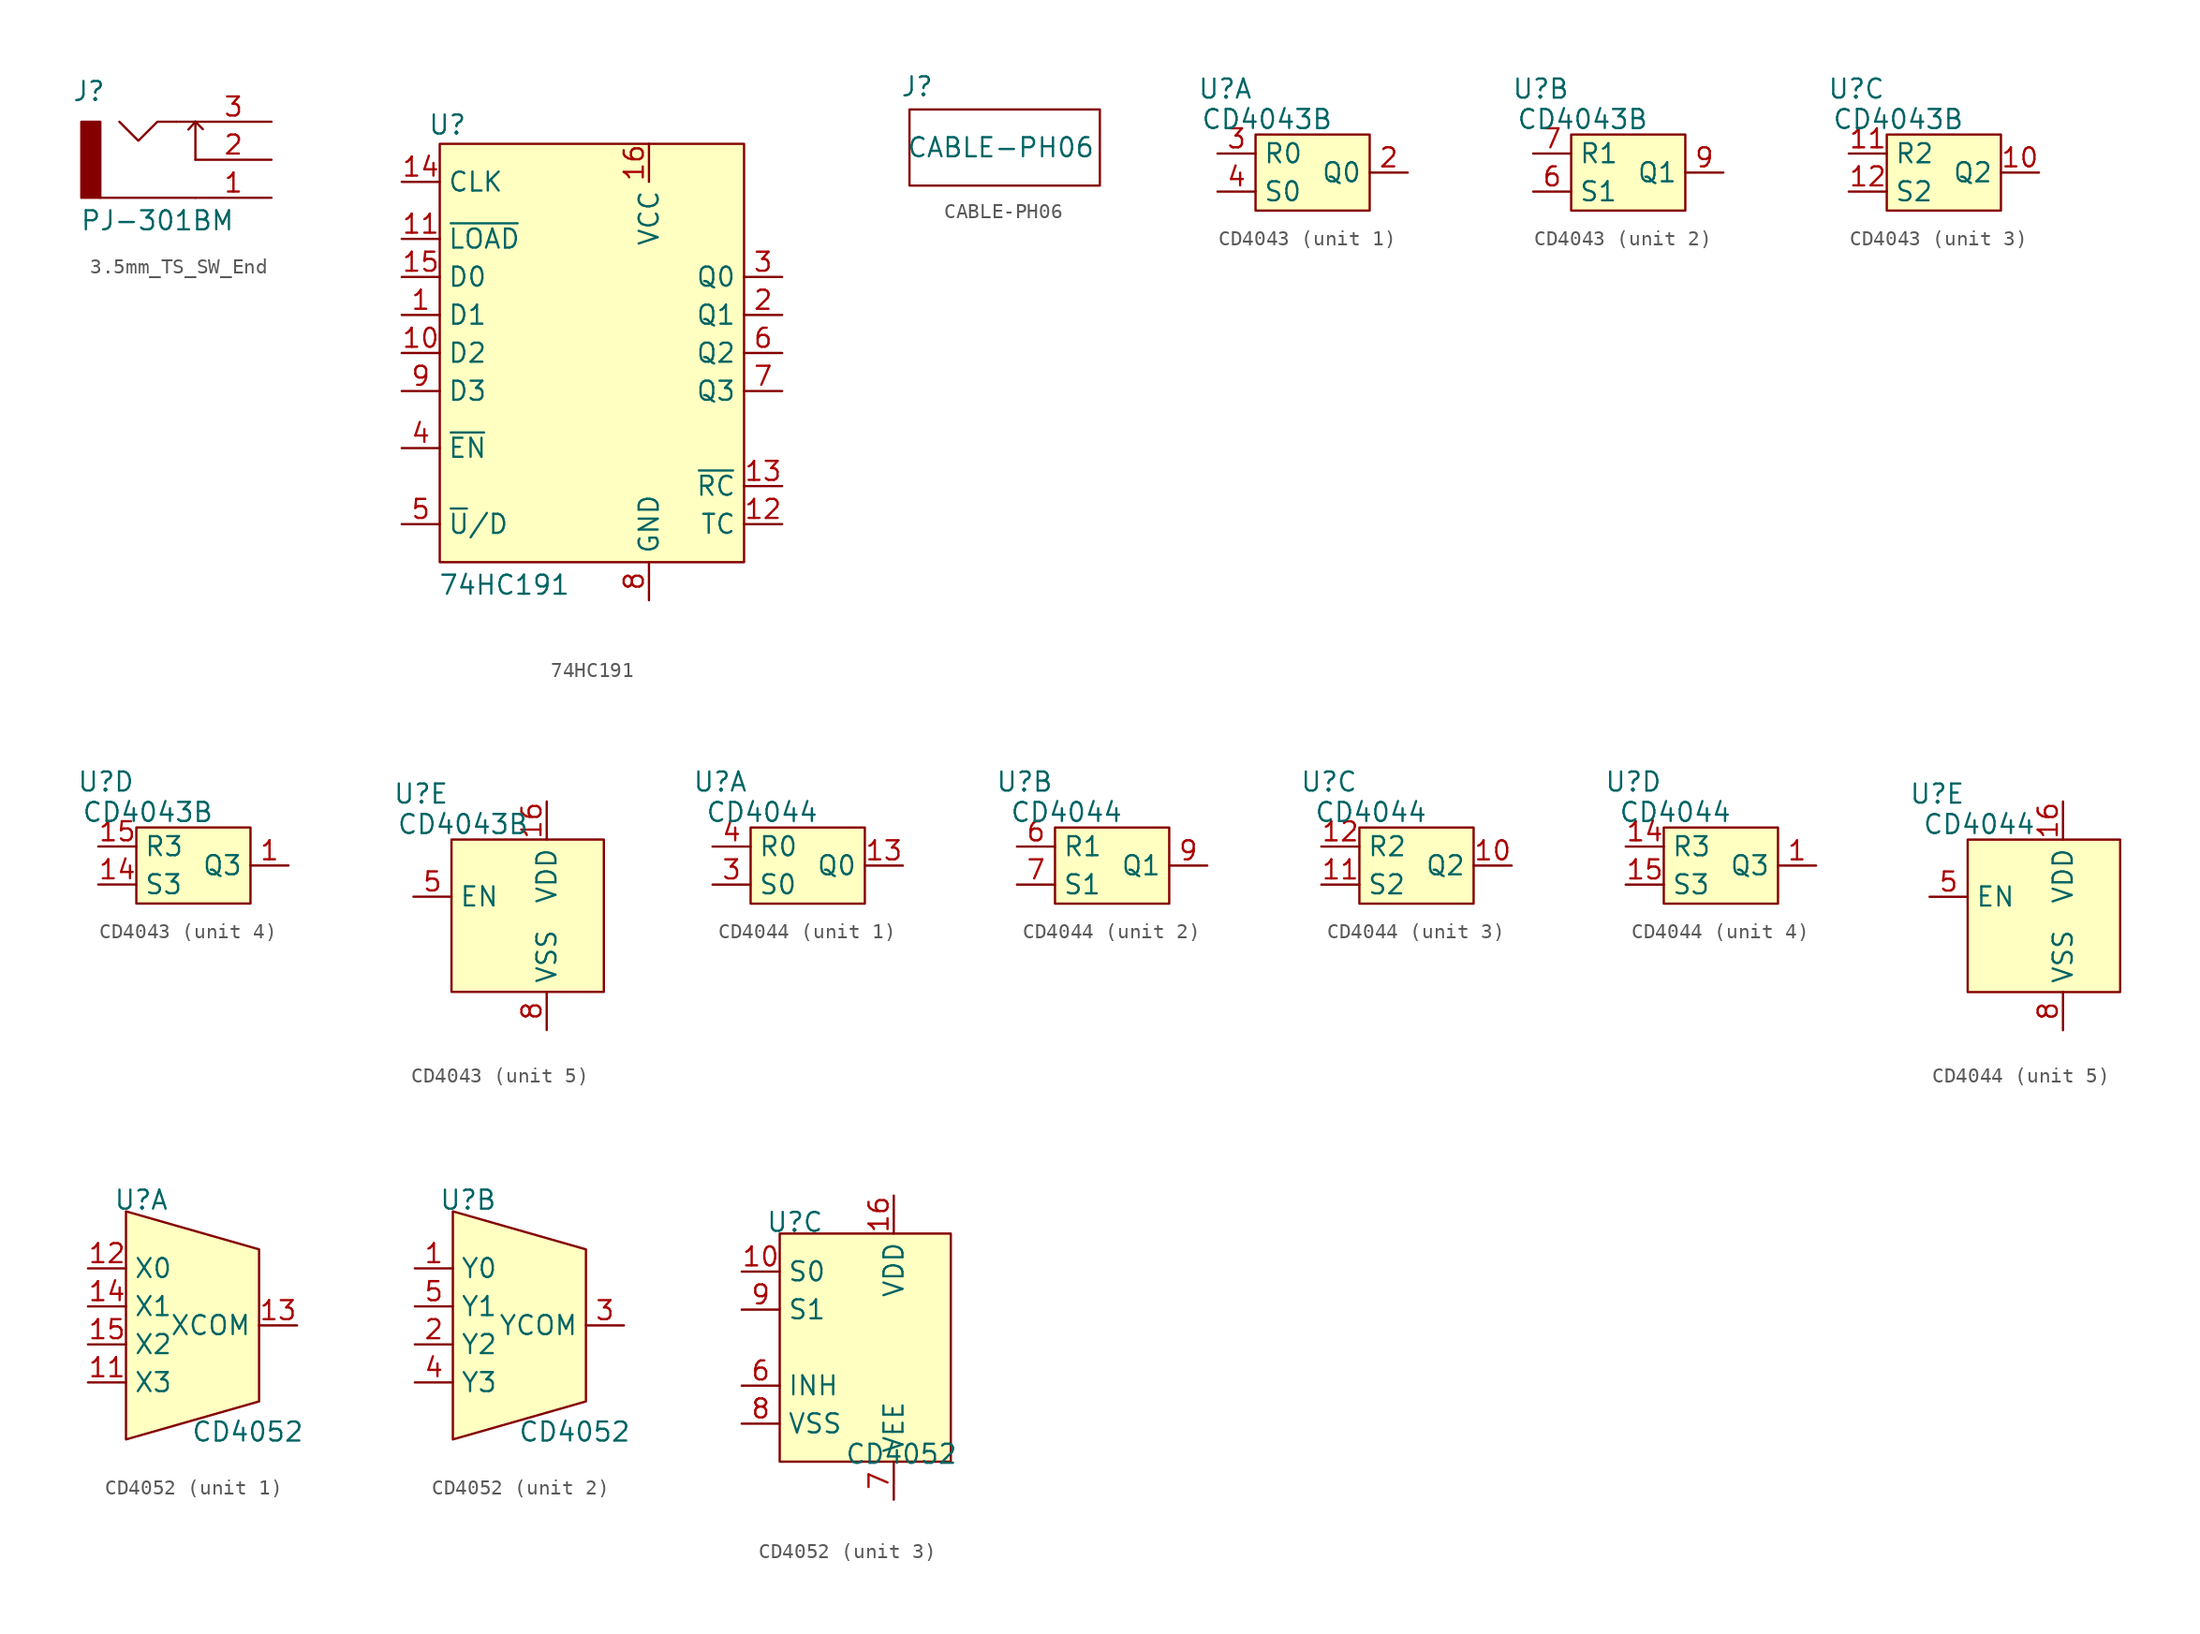
<source format=kicad_sym>
(kicad_symbol_lib
  (version 20231120)
  (generator "kicad_symbol_editor")
  (generator_version "8.0")
  (symbol "3.5mm_TS_SW_End"
    (property "Reference" "J"
      (at -4.572 4.572 0)
      (effects (font (size 1.27 1.27))))
    (property "Value" "PJ-301BM"
      (at 0 -4.064 0)
      (effects (font (size 1.27 1.27))))
    (symbol "3.5mm_TS_SW_End_0_1"
      (polyline (pts (xy 1.27 2.54) (xy 2.54 2.54)) (stroke (width 0) (type default)) (fill (type none)))
      (polyline (pts (xy 2.54 -2.54) (xy -3.81 -2.54)) (stroke (width 0) (type default)) (fill (type none)))
      (polyline (pts (xy 2.54 2.54) (xy 2.074 2.018)) (stroke (width 0) (type default)) (fill (type none)))
      (polyline (pts (xy 2.54 2.54) (xy 2.54 0)) (stroke (width 0) (type default)) (fill (type none)))
      (polyline (pts (xy 2.54 2.54) (xy 3.035 2.043)) (stroke (width 0) (type default)) (fill (type none)))
      (polyline (pts (xy -2.54 2.54) (xy -1.27 1.27) (xy 0 2.54) (xy 1.27 2.54)) (stroke (width 0) (type default)) (fill (type none))))
    (symbol "3.5mm_TS_SW_End_1_1"
      (rectangle (start -5.08 2.54) (end -3.81 -2.54) (stroke (width 0) (type default)) (fill (type outline)))
      (pin passive line (at 7.62 -2.54 180) (length 5.08) (name "S" (effects (font (size 0 0)))) (number "1" (effects (font (size 1.27 1.27)))))
      (pin passive line (at 7.62 0 180) (length 5.08) (name "SW" (effects (font (size 0 0)))) (number "2" (effects (font (size 1.27 1.27)))))
      (pin passive line (at 7.62 2.54 180) (length 5.08) (name "T" (effects (font (size 0 0)))) (number "3" (effects (font (size 1.27 1.27)))))))
  (symbol "74HC191"
    (property "Reference" "U"
      (at 0.508 10.16 0)
      (effects (font (size 1.27 1.27))))
    (property "Value" "74HC191"
      (at 4.318 -20.574 0)
      (effects (font (size 1.27 1.27))))
    (symbol "74HC191_1_1"
      (rectangle (start 0 8.89) (end 20.32 -19.05) (stroke (width 0) (type default)) (fill (type background)))
      (pin input line (at -2.54 -2.54 0) (length 2.54) (name "D1" (effects (font (size 1.27 1.27)))) (number "1" (effects (font (size 1.27 1.27)))))
      (pin input line (at -2.54 -5.08 0) (length 2.54) (name "D2" (effects (font (size 1.27 1.27)))) (number "10" (effects (font (size 1.27 1.27)))))
      (pin input line (at -2.54 2.54 0) (length 2.54) (name "~{LOAD}" (effects (font (size 1.27 1.27)))) (number "11" (effects (font (size 1.27 1.27)))))
      (pin output line (at 22.86 -16.51 180) (length 2.54) (name "TC" (effects (font (size 1.27 1.27)))) (number "12" (effects (font (size 1.27 1.27)))))
      (pin output line (at 22.86 -13.97 180) (length 2.54) (name "~{RC}" (effects (font (size 1.27 1.27)))) (number "13" (effects (font (size 1.27 1.27)))))
      (pin input line (at -2.54 6.35 0) (length 2.54) (name "CLK" (effects (font (size 1.27 1.27)))) (number "14" (effects (font (size 1.27 1.27)))))
      (pin input line (at -2.54 0 0) (length 2.54) (name "D0" (effects (font (size 1.27 1.27)))) (number "15" (effects (font (size 1.27 1.27)))))
      (pin power_in line (at 13.97 8.89 270) (length 2.54) (name "VCC" (effects (font (size 1.27 1.27)))) (number "16" (effects (font (size 1.27 1.27)))))
      (pin output line (at 22.86 -2.54 180) (length 2.54) (name "Q1" (effects (font (size 1.27 1.27)))) (number "2" (effects (font (size 1.27 1.27)))))
      (pin output line (at 22.86 0 180) (length 2.54) (name "Q0" (effects (font (size 1.27 1.27)))) (number "3" (effects (font (size 1.27 1.27)))))
      (pin input line (at -2.54 -11.43 0) (length 2.54) (name "~{EN}" (effects (font (size 1.27 1.27)))) (number "4" (effects (font (size 1.27 1.27)))))
      (pin input line (at -2.54 -16.51 0) (length 2.54) (name "~{U}/D" (effects (font (size 1.27 1.27)))) (number "5" (effects (font (size 1.27 1.27)))))
      (pin output line (at 22.86 -5.08 180) (length 2.54) (name "Q2" (effects (font (size 1.27 1.27)))) (number "6" (effects (font (size 1.27 1.27)))))
      (pin output line (at 22.86 -7.62 180) (length 2.54) (name "Q3" (effects (font (size 1.27 1.27)))) (number "7" (effects (font (size 1.27 1.27)))))
      (pin power_in line (at 13.97 -21.59 90) (length 2.54) (name "GND" (effects (font (size 1.27 1.27)))) (number "8" (effects (font (size 1.27 1.27)))))
      (pin input line (at -2.54 -7.62 0) (length 2.54) (name "D3" (effects (font (size 1.27 1.27)))) (number "9" (effects (font (size 1.27 1.27)))))))
  (symbol "CABLE-PH06"
    (property "Reference" "J"
      (at -4.572 4.064 0)
      (effects (font (size 1.27 1.27))))
    (property "Value" "CABLE-PH06"
      (at 1.016 0 0)
      (effects (font (size 1.27 1.27))))
    (symbol "CABLE-PH06_0_1"
      (rectangle (start -5.08 2.54) (end 7.62 -2.54) (stroke (width 0) (type default)) (fill (type none)))))
  (symbol "CD4043"
    (property "Reference" "U"
      (at -2.032 4.318 0)
      (effects (font (size 1.27 1.27))))
    (property "Value" "CD4043B"
      (at 0.762 2.286 0)
      (effects (font (size 1.27 1.27))))
    (property "ki_locked" ""
      (at 0 0 0)
      (effects (font (size 1.27 1.27))))
    (symbol "CD4043_1_1"
      (rectangle (start 0 1.27) (end 7.62 -3.81) (stroke (width 0) (type default)) (fill (type background)))
      (pin output line (at 10.16 -1.27 180) (length 2.54) (name "Q0" (effects (font (size 1.27 1.27)))) (number "2" (effects (font (size 1.27 1.27)))))
      (pin input line (at -2.54 0 0) (length 2.54) (name "R0" (effects (font (size 1.27 1.27)))) (number "3" (effects (font (size 1.27 1.27)))))
      (pin input line (at -2.54 -2.54 0) (length 2.54) (name "S0" (effects (font (size 1.27 1.27)))) (number "4" (effects (font (size 1.27 1.27))))))
    (symbol "CD4043_2_1"
      (rectangle (start 0 1.27) (end 7.62 -3.81) (stroke (width 0) (type default)) (fill (type background)))
      (pin input line (at -2.54 -2.54 0) (length 2.54) (name "S1" (effects (font (size 1.27 1.27)))) (number "6" (effects (font (size 1.27 1.27)))))
      (pin input line (at -2.54 0 0) (length 2.54) (name "R1" (effects (font (size 1.27 1.27)))) (number "7" (effects (font (size 1.27 1.27)))))
      (pin output line (at 10.16 -1.27 180) (length 2.54) (name "Q1" (effects (font (size 1.27 1.27)))) (number "9" (effects (font (size 1.27 1.27))))))
    (symbol "CD4043_3_1"
      (rectangle (start 0 1.27) (end 7.62 -3.81) (stroke (width 0) (type default)) (fill (type background)))
      (pin output line (at 10.16 -1.27 180) (length 2.54) (name "Q2" (effects (font (size 1.27 1.27)))) (number "10" (effects (font (size 1.27 1.27)))))
      (pin input line (at -2.54 0 0) (length 2.54) (name "R2" (effects (font (size 1.27 1.27)))) (number "11" (effects (font (size 1.27 1.27)))))
      (pin input line (at -2.54 -2.54 0) (length 2.54) (name "S2" (effects (font (size 1.27 1.27)))) (number "12" (effects (font (size 1.27 1.27))))))
    (symbol "CD4043_4_1"
      (rectangle (start 0 1.27) (end 7.62 -3.81) (stroke (width 0) (type default)) (fill (type background)))
      (pin output line (at 10.16 -1.27 180) (length 2.54) (name "Q3" (effects (font (size 1.27 1.27)))) (number "1" (effects (font (size 1.27 1.27)))))
      (pin input line (at -2.54 -2.54 0) (length 2.54) (name "S3" (effects (font (size 1.27 1.27)))) (number "14" (effects (font (size 1.27 1.27)))))
      (pin input line (at -2.54 0 0) (length 2.54) (name "R3" (effects (font (size 1.27 1.27)))) (number "15" (effects (font (size 1.27 1.27))))))
    (symbol "CD4043_5_1"
      (rectangle (start 0 1.27) (end 10.16 -8.89) (stroke (width 0) (type default)) (fill (type background)))
      (pin no_connect line (at -2.54 -5.08 0) (length 2.54) hide (name "NC" (effects (font (size 1.27 1.27)))) (number "13" (effects (font (size 1.27 1.27)))))
      (pin power_in line (at 6.35 3.81 270) (length 2.54) (name "VDD" (effects (font (size 1.27 1.27)))) (number "16" (effects (font (size 1.27 1.27)))))
      (pin input line (at -2.54 -2.54 0) (length 2.54) (name "EN" (effects (font (size 1.27 1.27)))) (number "5" (effects (font (size 1.27 1.27)))))
      (pin power_in line (at 6.35 -11.43 90) (length 2.54) (name "VSS" (effects (font (size 1.27 1.27)))) (number "8" (effects (font (size 1.27 1.27)))))))
  (symbol "CD4044"
    (property "Reference" "U"
      (at -2.032 4.318 0)
      (effects (font (size 1.27 1.27))))
    (property "Value" "CD4044"
      (at 0.762 2.286 0)
      (effects (font (size 1.27 1.27))))
    (property "ki_locked" ""
      (at 0 0 0)
      (effects (font (size 1.27 1.27))))
    (symbol "CD4044_1_1"
      (rectangle (start 0 1.27) (end 7.62 -3.81) (stroke (width 0) (type default)) (fill (type background)))
      (pin output line (at 10.16 -1.27 180) (length 2.54) (name "Q0" (effects (font (size 1.27 1.27)))) (number "13" (effects (font (size 1.27 1.27)))))
      (pin input line (at -2.54 -2.54 0) (length 2.54) (name "S0" (effects (font (size 1.27 1.27)))) (number "3" (effects (font (size 1.27 1.27)))))
      (pin input line (at -2.54 0 0) (length 2.54) (name "R0" (effects (font (size 1.27 1.27)))) (number "4" (effects (font (size 1.27 1.27))))))
    (symbol "CD4044_2_1"
      (rectangle (start 0 1.27) (end 7.62 -3.81) (stroke (width 0) (type default)) (fill (type background)))
      (pin input line (at -2.54 0 0) (length 2.54) (name "R1" (effects (font (size 1.27 1.27)))) (number "6" (effects (font (size 1.27 1.27)))))
      (pin input line (at -2.54 -2.54 0) (length 2.54) (name "S1" (effects (font (size 1.27 1.27)))) (number "7" (effects (font (size 1.27 1.27)))))
      (pin output line (at 10.16 -1.27 180) (length 2.54) (name "Q1" (effects (font (size 1.27 1.27)))) (number "9" (effects (font (size 1.27 1.27))))))
    (symbol "CD4044_3_1"
      (rectangle (start 0 1.27) (end 7.62 -3.81) (stroke (width 0) (type default)) (fill (type background)))
      (pin output line (at 10.16 -1.27 180) (length 2.54) (name "Q2" (effects (font (size 1.27 1.27)))) (number "10" (effects (font (size 1.27 1.27)))))
      (pin input line (at -2.54 -2.54 0) (length 2.54) (name "S2" (effects (font (size 1.27 1.27)))) (number "11" (effects (font (size 1.27 1.27)))))
      (pin input line (at -2.54 0 0) (length 2.54) (name "R2" (effects (font (size 1.27 1.27)))) (number "12" (effects (font (size 1.27 1.27))))))
    (symbol "CD4044_4_1"
      (rectangle (start 0 1.27) (end 7.62 -3.81) (stroke (width 0) (type default)) (fill (type background)))
      (pin output line (at 10.16 -1.27 180) (length 2.54) (name "Q3" (effects (font (size 1.27 1.27)))) (number "1" (effects (font (size 1.27 1.27)))))
      (pin input line (at -2.54 0 0) (length 2.54) (name "R3" (effects (font (size 1.27 1.27)))) (number "14" (effects (font (size 1.27 1.27)))))
      (pin input line (at -2.54 -2.54 0) (length 2.54) (name "S3" (effects (font (size 1.27 1.27)))) (number "15" (effects (font (size 1.27 1.27))))))
    (symbol "CD4044_5_1"
      (rectangle (start 0 1.27) (end 10.16 -8.89) (stroke (width 0) (type default)) (fill (type background)))
      (pin power_in line (at 6.35 3.81 270) (length 2.54) (name "VDD" (effects (font (size 1.27 1.27)))) (number "16" (effects (font (size 1.27 1.27)))))
      (pin no_connect line (at -2.54 -5.08 0) (length 2.54) hide (name "NC" (effects (font (size 1.27 1.27)))) (number "2" (effects (font (size 1.27 1.27)))))
      (pin input line (at -2.54 -2.54 0) (length 2.54) (name "EN" (effects (font (size 1.27 1.27)))) (number "5" (effects (font (size 1.27 1.27)))))
      (pin power_in line (at 6.35 -11.43 90) (length 2.54) (name "VSS" (effects (font (size 1.27 1.27)))) (number "8" (effects (font (size 1.27 1.27)))))))
  (symbol "CD4052"
    (property "Reference" "U"
      (at 1.016 8.382 0)
      (effects (font (size 1.27 1.27))))
    (property "Value" "CD4052"
      (at 8.128 -7.112 0)
      (effects (font (size 1.27 1.27))))
    (property "ki_locked" ""
      (at 0 0 0)
      (effects (font (size 1.27 1.27))))
    (symbol "CD4052_1_1"
      (polyline (pts (xy 0 7.62) (xy 0 -7.62) (xy 8.89 -5.08) (xy 8.89 5.08) (xy 0 7.62)) (stroke (width 0) (type default)) (fill (type background)))
      (pin bidirectional line (at -2.54 -3.81 0) (length 2.54) (name "X3" (effects (font (size 1.27 1.27)))) (number "11" (effects (font (size 1.27 1.27)))))
      (pin bidirectional line (at -2.54 3.81 0) (length 2.54) (name "X0" (effects (font (size 1.27 1.27)))) (number "12" (effects (font (size 1.27 1.27)))))
      (pin bidirectional line (at 11.43 0 180) (length 2.54) (name "XCOM" (effects (font (size 1.27 1.27)))) (number "13" (effects (font (size 1.27 1.27)))))
      (pin bidirectional line (at -2.54 1.27 0) (length 2.54) (name "X1" (effects (font (size 1.27 1.27)))) (number "14" (effects (font (size 1.27 1.27)))))
      (pin bidirectional line (at -2.54 -1.27 0) (length 2.54) (name "X2" (effects (font (size 1.27 1.27)))) (number "15" (effects (font (size 1.27 1.27))))))
    (symbol "CD4052_2_1"
      (polyline (pts (xy 0 7.62) (xy 0 -7.62) (xy 8.89 -5.08) (xy 8.89 5.08) (xy 0 7.62)) (stroke (width 0) (type default)) (fill (type background)))
      (pin bidirectional line (at -2.54 3.81 0) (length 2.54) (name "Y0" (effects (font (size 1.27 1.27)))) (number "1" (effects (font (size 1.27 1.27)))))
      (pin bidirectional line (at -2.54 -1.27 0) (length 2.54) (name "Y2" (effects (font (size 1.27 1.27)))) (number "2" (effects (font (size 1.27 1.27)))))
      (pin bidirectional line (at 11.43 0 180) (length 2.54) (name "YCOM" (effects (font (size 1.27 1.27)))) (number "3" (effects (font (size 1.27 1.27)))))
      (pin bidirectional line (at -2.54 -3.81 0) (length 2.54) (name "Y3" (effects (font (size 1.27 1.27)))) (number "4" (effects (font (size 1.27 1.27)))))
      (pin bidirectional line (at -2.54 1.27 0) (length 2.54) (name "Y1" (effects (font (size 1.27 1.27)))) (number "5" (effects (font (size 1.27 1.27))))))
    (symbol "CD4052_3_1"
      (rectangle (start 0 7.62) (end 11.43 -7.62) (stroke (width 0) (type default)) (fill (type background)))
      (pin input line (at -2.54 5.08 0) (length 2.54) (name "S0" (effects (font (size 1.27 1.27)))) (number "10" (effects (font (size 1.27 1.27)))))
      (pin power_in line (at 7.62 10.16 270) (length 2.54) (name "VDD" (effects (font (size 1.27 1.27)))) (number "16" (effects (font (size 1.27 1.27)))))
      (pin input line (at -2.54 -2.54 0) (length 2.54) (name "INH" (effects (font (size 1.27 1.27)))) (number "6" (effects (font (size 1.27 1.27)))))
      (pin power_in line (at 7.62 -10.16 90) (length 2.54) (name "VEE" (effects (font (size 1.27 1.27)))) (number "7" (effects (font (size 1.27 1.27)))))
      (pin free line (at -2.54 -5.08 0) (length 2.54) (name "VSS" (effects (font (size 1.27 1.27)))) (number "8" (effects (font (size 1.27 1.27)))))
      (pin input line (at -2.54 2.54 0) (length 2.54) (name "S1" (effects (font (size 1.27 1.27)))) (number "9" (effects (font (size 1.27 1.27))))))))
</source>
